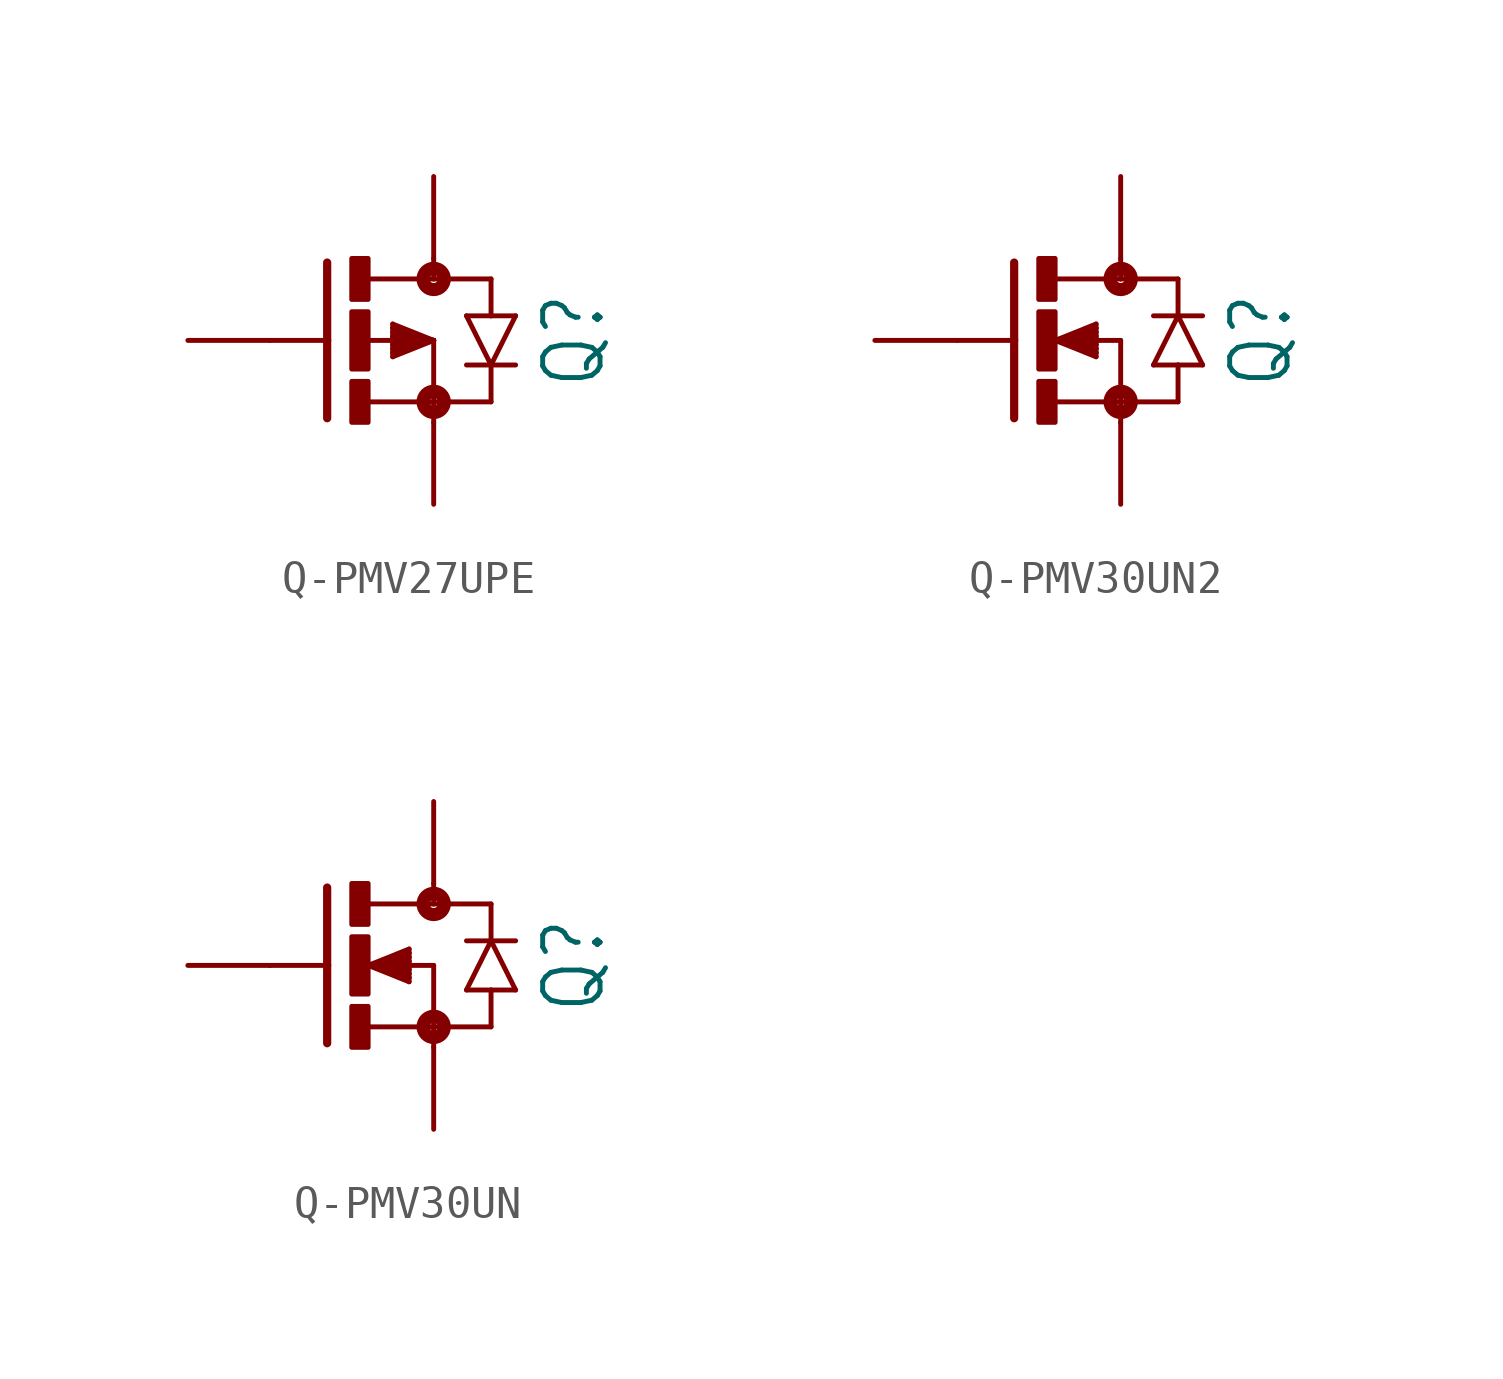
<source format=kicad_sym>
(kicad_symbol_lib
  (version 20231120)
  (generator "kicad_symbol_editor")
  (generator_version "8.0")
  (symbol "Q-PMV27UPE"
    (property "Reference" "Q"
      (at 5.842 0 90)
      (effects (font (size 1.778 1.511)) (justify top)))
    (property "Value" ""
      (at 8.382 0 90)
      (effects (font (size 1.778 1.511)) (justify top)))
    (property "ki_locked" ""
      (at 0 0 0)
      (effects (font (size 1.27 1.27))))
    (symbol "Q-PMV27UPE_1_0"
      (rectangle (start 0 -2.54) (end 0.508 -1.27) (stroke (width 0) (type default)) (fill (type outline)))
      (rectangle (start 0 -0.889) (end 0.508 0.889) (stroke (width 0) (type default)) (fill (type outline)))
      (polyline (pts (xy -0.762 0) (xy -2.54 0)) (stroke (width 0.152) (type solid)) (fill (type none)))
      (polyline (pts (xy -0.762 0) (xy -0.762 -2.413)) (stroke (width 0.254) (type solid)) (fill (type none)))
      (polyline (pts (xy -0.762 2.413) (xy -0.762 0)) (stroke (width 0.254) (type solid)) (fill (type none)))
      (polyline (pts (xy 0.508 -1.905) (xy 2.54 -1.905)) (stroke (width 0.152) (type solid)) (fill (type none)))
      (polyline (pts (xy 1.27 -0.508) (xy 2.54 0)) (stroke (width 0.152) (type solid)) (fill (type none)))
      (polyline (pts (xy 1.27 -0.381) (xy 1.27 -0.508)) (stroke (width 0.152) (type solid)) (fill (type none)))
      (polyline (pts (xy 1.27 -0.254) (xy 1.27 -0.381)) (stroke (width 0.152) (type solid)) (fill (type none)))
      (polyline (pts (xy 1.27 -0.127) (xy 1.27 -0.254)) (stroke (width 0.152) (type solid)) (fill (type none)))
      (polyline (pts (xy 1.27 0.127) (xy 1.27 -0.127)) (stroke (width 0.152) (type solid)) (fill (type none)))
      (polyline (pts (xy 1.27 0.254) (xy 1.27 0.127)) (stroke (width 0.152) (type solid)) (fill (type none)))
      (polyline (pts (xy 1.27 0.381) (xy 1.27 0.254)) (stroke (width 0.152) (type solid)) (fill (type none)))
      (polyline (pts (xy 1.27 0.508) (xy 1.27 0.381)) (stroke (width 0.152) (type solid)) (fill (type none)))
      (polyline (pts (xy 1.27 0.508) (xy 2.54 0)) (stroke (width 0.152) (type solid)) (fill (type none)))
      (polyline (pts (xy 2.54 -1.905) (xy 2.54 -2.54)) (stroke (width 0.152) (type solid)) (fill (type none)))
      (polyline (pts (xy 2.54 0) (xy 0.508 0)) (stroke (width 0.152) (type solid)) (fill (type none)))
      (polyline (pts (xy 2.54 0) (xy 1.27 -0.381)) (stroke (width 0.152) (type solid)) (fill (type none)))
      (polyline (pts (xy 2.54 0) (xy 1.27 -0.254)) (stroke (width 0.152) (type solid)) (fill (type none)))
      (polyline (pts (xy 2.54 0) (xy 1.27 -0.127)) (stroke (width 0.152) (type solid)) (fill (type none)))
      (polyline (pts (xy 2.54 0) (xy 1.27 0.127)) (stroke (width 0.152) (type solid)) (fill (type none)))
      (polyline (pts (xy 2.54 0) (xy 1.27 0.254)) (stroke (width 0.152) (type solid)) (fill (type none)))
      (polyline (pts (xy 2.54 0) (xy 1.27 0.381)) (stroke (width 0.152) (type solid)) (fill (type none)))
      (polyline (pts (xy 2.54 0) (xy 2.54 -1.905)) (stroke (width 0.152) (type solid)) (fill (type none)))
      (polyline (pts (xy 2.54 1.905) (xy 0.533 1.905)) (stroke (width 0.152) (type solid)) (fill (type none)))
      (polyline (pts (xy 2.54 2.54) (xy 2.54 1.905)) (stroke (width 0.152) (type solid)) (fill (type none)))
      (polyline (pts (xy 3.556 0.762) (xy 4.318 -0.762)) (stroke (width 0.152) (type solid)) (fill (type none)))
      (polyline (pts (xy 4.318 -1.905) (xy 2.54 -1.905)) (stroke (width 0.152) (type solid)) (fill (type none)))
      (polyline (pts (xy 4.318 -1.905) (xy 4.318 -0.762)) (stroke (width 0.152) (type solid)) (fill (type none)))
      (polyline (pts (xy 4.318 -0.762) (xy 3.556 -0.762)) (stroke (width 0.152) (type solid)) (fill (type none)))
      (polyline (pts (xy 4.318 -0.762) (xy 5.08 0.762)) (stroke (width 0.152) (type solid)) (fill (type none)))
      (polyline (pts (xy 4.318 0.762) (xy 3.556 0.762)) (stroke (width 0.152) (type solid)) (fill (type none)))
      (polyline (pts (xy 4.318 1.905) (xy 2.54 1.905)) (stroke (width 0.152) (type solid)) (fill (type none)))
      (polyline (pts (xy 4.318 1.905) (xy 4.318 0.762)) (stroke (width 0.152) (type solid)) (fill (type none)))
      (polyline (pts (xy 5.08 -0.762) (xy 4.318 -0.762)) (stroke (width 0.152) (type solid)) (fill (type none)))
      (polyline (pts (xy 5.08 0.762) (xy 4.318 0.762)) (stroke (width 0.152) (type solid)) (fill (type none)))
      (rectangle (start 0 1.27) (end 0.508 2.54) (stroke (width 0) (type default)) (fill (type outline)))
      (circle (center 2.54 -1.905) (radius 0.127) (stroke (width 0.406) (type solid)) (fill (type none)))
      (circle (center 2.54 1.905) (radius 0.127) (stroke (width 0.406) (type solid)) (fill (type none)))
      (pin passive line (at -5.08 0 0) (length 2.54) (name "G" (effects (font (size 0 0)))) (number "1" (effects (font (size 0 0)))))
      (pin passive line (at 2.54 -5.08 90) (length 2.54) (name "S" (effects (font (size 0 0)))) (number "2" (effects (font (size 0 0)))))
      (pin passive line (at 2.54 5.08 270) (length 2.54) (name "D" (effects (font (size 0 0)))) (number "3" (effects (font (size 0 0)))))))
  (symbol "Q-PMV30UN2"
    (property "Reference" "Q"
      (at 5.842 0 90)
      (effects (font (size 1.778 1.511)) (justify top)))
    (property "Value" ""
      (at 8.382 0 90)
      (effects (font (size 1.778 1.511)) (justify top)))
    (property "ki_locked" ""
      (at 0 0 0)
      (effects (font (size 1.27 1.27))))
    (symbol "Q-PMV30UN2_1_0"
      (rectangle (start 0 -2.54) (end 0.508 -1.27) (stroke (width 0) (type default)) (fill (type outline)))
      (rectangle (start 0 -0.889) (end 0.508 0.889) (stroke (width 0) (type default)) (fill (type outline)))
      (polyline (pts (xy -0.762 0) (xy -2.54 0)) (stroke (width 0.152) (type solid)) (fill (type none)))
      (polyline (pts (xy -0.762 0) (xy -0.762 -2.413)) (stroke (width 0.254) (type solid)) (fill (type none)))
      (polyline (pts (xy -0.762 2.413) (xy -0.762 0)) (stroke (width 0.254) (type solid)) (fill (type none)))
      (polyline (pts (xy 0.508 -1.905) (xy 2.54 -1.905)) (stroke (width 0.152) (type solid)) (fill (type none)))
      (polyline (pts (xy 0.508 0) (xy 1.778 -0.508)) (stroke (width 0.152) (type solid)) (fill (type none)))
      (polyline (pts (xy 0.508 0) (xy 1.778 -0.381)) (stroke (width 0.152) (type solid)) (fill (type none)))
      (polyline (pts (xy 0.508 0) (xy 1.778 -0.254)) (stroke (width 0.152) (type solid)) (fill (type none)))
      (polyline (pts (xy 0.508 0) (xy 1.778 -0.127)) (stroke (width 0.152) (type solid)) (fill (type none)))
      (polyline (pts (xy 0.508 0) (xy 1.778 0.127)) (stroke (width 0.152) (type solid)) (fill (type none)))
      (polyline (pts (xy 0.508 0) (xy 1.778 0.254)) (stroke (width 0.152) (type solid)) (fill (type none)))
      (polyline (pts (xy 0.508 0) (xy 1.778 0.381)) (stroke (width 0.152) (type solid)) (fill (type none)))
      (polyline (pts (xy 0.508 0) (xy 1.778 0.508)) (stroke (width 0.152) (type solid)) (fill (type none)))
      (polyline (pts (xy 1.778 -0.381) (xy 1.778 -0.508)) (stroke (width 0.152) (type solid)) (fill (type none)))
      (polyline (pts (xy 1.778 -0.254) (xy 1.778 -0.381)) (stroke (width 0.152) (type solid)) (fill (type none)))
      (polyline (pts (xy 1.778 -0.127) (xy 1.778 -0.254)) (stroke (width 0.152) (type solid)) (fill (type none)))
      (polyline (pts (xy 1.778 0.127) (xy 1.778 -0.127)) (stroke (width 0.152) (type solid)) (fill (type none)))
      (polyline (pts (xy 1.778 0.254) (xy 1.778 0.127)) (stroke (width 0.152) (type solid)) (fill (type none)))
      (polyline (pts (xy 1.778 0.381) (xy 1.778 0.254)) (stroke (width 0.152) (type solid)) (fill (type none)))
      (polyline (pts (xy 1.778 0.508) (xy 1.778 0.381)) (stroke (width 0.152) (type solid)) (fill (type none)))
      (polyline (pts (xy 2.54 -1.905) (xy 2.54 -2.54)) (stroke (width 0.152) (type solid)) (fill (type none)))
      (polyline (pts (xy 2.54 0) (xy 0.508 0)) (stroke (width 0.152) (type solid)) (fill (type none)))
      (polyline (pts (xy 2.54 0) (xy 2.54 -1.905)) (stroke (width 0.152) (type solid)) (fill (type none)))
      (polyline (pts (xy 2.54 1.905) (xy 0.533 1.905)) (stroke (width 0.152) (type solid)) (fill (type none)))
      (polyline (pts (xy 2.54 2.54) (xy 2.54 1.905)) (stroke (width 0.152) (type solid)) (fill (type none)))
      (polyline (pts (xy 3.556 -0.762) (xy 4.318 -0.762)) (stroke (width 0.152) (type solid)) (fill (type none)))
      (polyline (pts (xy 3.556 0.762) (xy 4.318 0.762)) (stroke (width 0.152) (type solid)) (fill (type none)))
      (polyline (pts (xy 4.318 -1.905) (xy 2.54 -1.905)) (stroke (width 0.152) (type solid)) (fill (type none)))
      (polyline (pts (xy 4.318 -1.905) (xy 4.318 -0.762)) (stroke (width 0.152) (type solid)) (fill (type none)))
      (polyline (pts (xy 4.318 -0.762) (xy 5.08 -0.762)) (stroke (width 0.152) (type solid)) (fill (type none)))
      (polyline (pts (xy 4.318 0.762) (xy 3.556 -0.762)) (stroke (width 0.152) (type solid)) (fill (type none)))
      (polyline (pts (xy 4.318 0.762) (xy 5.08 0.762)) (stroke (width 0.152) (type solid)) (fill (type none)))
      (polyline (pts (xy 4.318 1.905) (xy 2.54 1.905)) (stroke (width 0.152) (type solid)) (fill (type none)))
      (polyline (pts (xy 4.318 1.905) (xy 4.318 0.762)) (stroke (width 0.152) (type solid)) (fill (type none)))
      (polyline (pts (xy 5.08 -0.762) (xy 4.318 0.762)) (stroke (width 0.152) (type solid)) (fill (type none)))
      (rectangle (start 0 1.27) (end 0.508 2.54) (stroke (width 0) (type default)) (fill (type outline)))
      (circle (center 2.54 -1.905) (radius 0.127) (stroke (width 0.406) (type solid)) (fill (type none)))
      (circle (center 2.54 1.905) (radius 0.127) (stroke (width 0.406) (type solid)) (fill (type none)))
      (pin passive line (at -5.08 0 0) (length 2.54) (name "G" (effects (font (size 0 0)))) (number "1" (effects (font (size 0 0)))))
      (pin passive line (at 2.54 -5.08 90) (length 2.54) (name "S" (effects (font (size 0 0)))) (number "2" (effects (font (size 0 0)))))
      (pin passive line (at 2.54 5.08 270) (length 2.54) (name "D" (effects (font (size 0 0)))) (number "3" (effects (font (size 0 0)))))))
  (symbol "Q-PMV30UN"
    (property "Reference" "Q"
      (at 5.842 0 90)
      (effects (font (size 1.778 1.511)) (justify top)))
    (property "Value" ""
      (at 8.382 0 90)
      (effects (font (size 1.778 1.511)) (justify top)))
    (property "ki_locked" ""
      (at 0 0 0)
      (effects (font (size 1.27 1.27))))
    (symbol "Q-PMV30UN_1_0"
      (rectangle (start 0 -2.54) (end 0.508 -1.27) (stroke (width 0) (type default)) (fill (type outline)))
      (rectangle (start 0 -0.889) (end 0.508 0.889) (stroke (width 0) (type default)) (fill (type outline)))
      (polyline (pts (xy -0.762 0) (xy -2.54 0)) (stroke (width 0.152) (type solid)) (fill (type none)))
      (polyline (pts (xy -0.762 0) (xy -0.762 -2.413)) (stroke (width 0.254) (type solid)) (fill (type none)))
      (polyline (pts (xy -0.762 2.413) (xy -0.762 0)) (stroke (width 0.254) (type solid)) (fill (type none)))
      (polyline (pts (xy 0.508 -1.905) (xy 2.54 -1.905)) (stroke (width 0.152) (type solid)) (fill (type none)))
      (polyline (pts (xy 0.508 0) (xy 1.778 -0.508)) (stroke (width 0.152) (type solid)) (fill (type none)))
      (polyline (pts (xy 0.508 0) (xy 1.778 -0.381)) (stroke (width 0.152) (type solid)) (fill (type none)))
      (polyline (pts (xy 0.508 0) (xy 1.778 -0.254)) (stroke (width 0.152) (type solid)) (fill (type none)))
      (polyline (pts (xy 0.508 0) (xy 1.778 -0.127)) (stroke (width 0.152) (type solid)) (fill (type none)))
      (polyline (pts (xy 0.508 0) (xy 1.778 0.127)) (stroke (width 0.152) (type solid)) (fill (type none)))
      (polyline (pts (xy 0.508 0) (xy 1.778 0.254)) (stroke (width 0.152) (type solid)) (fill (type none)))
      (polyline (pts (xy 0.508 0) (xy 1.778 0.381)) (stroke (width 0.152) (type solid)) (fill (type none)))
      (polyline (pts (xy 0.508 0) (xy 1.778 0.508)) (stroke (width 0.152) (type solid)) (fill (type none)))
      (polyline (pts (xy 1.778 -0.381) (xy 1.778 -0.508)) (stroke (width 0.152) (type solid)) (fill (type none)))
      (polyline (pts (xy 1.778 -0.254) (xy 1.778 -0.381)) (stroke (width 0.152) (type solid)) (fill (type none)))
      (polyline (pts (xy 1.778 -0.127) (xy 1.778 -0.254)) (stroke (width 0.152) (type solid)) (fill (type none)))
      (polyline (pts (xy 1.778 0.127) (xy 1.778 -0.127)) (stroke (width 0.152) (type solid)) (fill (type none)))
      (polyline (pts (xy 1.778 0.254) (xy 1.778 0.127)) (stroke (width 0.152) (type solid)) (fill (type none)))
      (polyline (pts (xy 1.778 0.381) (xy 1.778 0.254)) (stroke (width 0.152) (type solid)) (fill (type none)))
      (polyline (pts (xy 1.778 0.508) (xy 1.778 0.381)) (stroke (width 0.152) (type solid)) (fill (type none)))
      (polyline (pts (xy 2.54 -1.905) (xy 2.54 -2.54)) (stroke (width 0.152) (type solid)) (fill (type none)))
      (polyline (pts (xy 2.54 0) (xy 0.508 0)) (stroke (width 0.152) (type solid)) (fill (type none)))
      (polyline (pts (xy 2.54 0) (xy 2.54 -1.905)) (stroke (width 0.152) (type solid)) (fill (type none)))
      (polyline (pts (xy 2.54 1.905) (xy 0.533 1.905)) (stroke (width 0.152) (type solid)) (fill (type none)))
      (polyline (pts (xy 2.54 2.54) (xy 2.54 1.905)) (stroke (width 0.152) (type solid)) (fill (type none)))
      (polyline (pts (xy 3.556 -0.762) (xy 4.318 -0.762)) (stroke (width 0.152) (type solid)) (fill (type none)))
      (polyline (pts (xy 3.556 0.762) (xy 4.318 0.762)) (stroke (width 0.152) (type solid)) (fill (type none)))
      (polyline (pts (xy 4.318 -1.905) (xy 2.54 -1.905)) (stroke (width 0.152) (type solid)) (fill (type none)))
      (polyline (pts (xy 4.318 -1.905) (xy 4.318 -0.762)) (stroke (width 0.152) (type solid)) (fill (type none)))
      (polyline (pts (xy 4.318 -0.762) (xy 5.08 -0.762)) (stroke (width 0.152) (type solid)) (fill (type none)))
      (polyline (pts (xy 4.318 0.762) (xy 3.556 -0.762)) (stroke (width 0.152) (type solid)) (fill (type none)))
      (polyline (pts (xy 4.318 0.762) (xy 5.08 0.762)) (stroke (width 0.152) (type solid)) (fill (type none)))
      (polyline (pts (xy 4.318 1.905) (xy 2.54 1.905)) (stroke (width 0.152) (type solid)) (fill (type none)))
      (polyline (pts (xy 4.318 1.905) (xy 4.318 0.762)) (stroke (width 0.152) (type solid)) (fill (type none)))
      (polyline (pts (xy 5.08 -0.762) (xy 4.318 0.762)) (stroke (width 0.152) (type solid)) (fill (type none)))
      (rectangle (start 0 1.27) (end 0.508 2.54) (stroke (width 0) (type default)) (fill (type outline)))
      (circle (center 2.54 -1.905) (radius 0.127) (stroke (width 0.406) (type solid)) (fill (type none)))
      (circle (center 2.54 1.905) (radius 0.127) (stroke (width 0.406) (type solid)) (fill (type none)))
      (pin passive line (at -5.08 0 0) (length 2.54) (name "G" (effects (font (size 0 0)))) (number "1" (effects (font (size 0 0)))))
      (pin passive line (at 2.54 -5.08 90) (length 2.54) (name "S" (effects (font (size 0 0)))) (number "2" (effects (font (size 0 0)))))
      (pin passive line (at 2.54 5.08 270) (length 2.54) (name "D" (effects (font (size 0 0)))) (number "3" (effects (font (size 0 0))))))))
</source>
